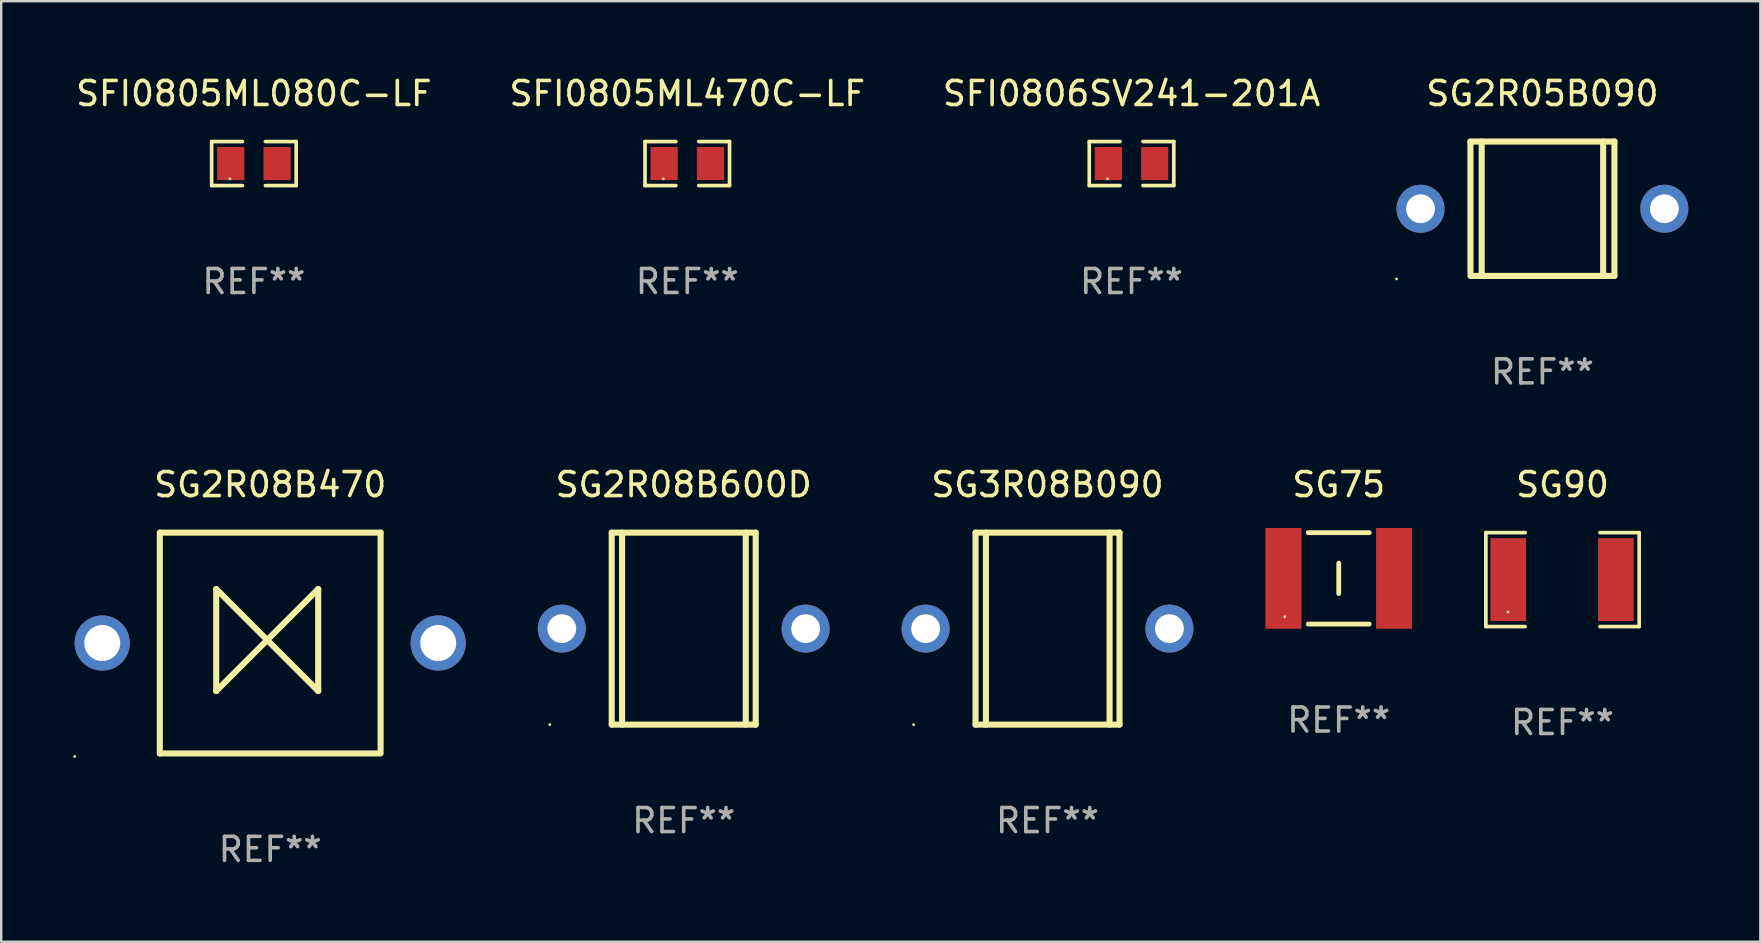
<source format=kicad_pcb>
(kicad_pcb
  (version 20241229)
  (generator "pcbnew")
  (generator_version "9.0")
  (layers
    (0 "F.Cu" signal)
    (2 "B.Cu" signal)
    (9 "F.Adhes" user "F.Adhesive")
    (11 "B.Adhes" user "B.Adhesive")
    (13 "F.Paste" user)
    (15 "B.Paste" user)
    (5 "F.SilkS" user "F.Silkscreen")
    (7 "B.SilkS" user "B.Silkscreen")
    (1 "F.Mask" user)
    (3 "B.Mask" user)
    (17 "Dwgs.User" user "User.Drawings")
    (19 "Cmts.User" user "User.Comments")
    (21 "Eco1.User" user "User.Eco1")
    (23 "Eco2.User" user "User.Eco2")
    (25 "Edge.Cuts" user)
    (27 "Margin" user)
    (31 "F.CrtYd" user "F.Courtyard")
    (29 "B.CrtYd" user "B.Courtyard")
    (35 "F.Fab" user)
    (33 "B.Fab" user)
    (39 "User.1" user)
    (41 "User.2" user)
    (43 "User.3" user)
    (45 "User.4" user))
  (footprint "SG75"
    (layer "F.Cu")
    (at 52.735 21.05)
    (property "Reference" "SG75" (at 0 -3.905 0) (layer "F.SilkS") (effects (font (size 1 1) (thickness 0.15))))
    (attr through_hole)
    (fp_line (start -1.27 -1.905) (end 1.27 -1.905) (stroke (width 0.2) (type solid)) (layer "F.SilkS"))
    (fp_line (start -1.27 1.905) (end 1.27 1.905) (stroke (width 0.2) (type solid)) (layer "F.SilkS"))
    (fp_line (start 0.000051 -0.635) (end 0.000051 0.635) (stroke (width 0.2) (type solid)) (layer "F.SilkS"))
    (fp_circle (center -2.25 1.6) (end -2.22 1.6) (stroke (width 0.06) (type solid)) (fill no) (layer "F.SilkS"))
    (fp_text user "REF**" (at 0 5.905 0) (layer "F.Fab") (effects (font (size 1 1) (thickness 0.15))))
    (pad "1" smd rect (at -2.305 0) (size 1.5 4.2) (layers "F.Cu" "F.Mask" "F.Paste"))
    (pad "2" smd rect (at 2.305 0) (size 1.5 4.2) (layers "F.Cu" "F.Mask" "F.Paste")))
  (footprint "SFI0805ML080C-LF"
    (layer "F.Cu")
    (at 7.53 3.765)
    (property "Reference" "SFI0805ML080C-LF" (at 0 -2.917 0) (layer "F.SilkS") (effects (font (size 1 1) (thickness 0.15))))
    (attr through_hole)
    (fp_line (start -1.761 -0.917) (end -0.476 -0.917) (stroke (width 0.152) (type solid)) (layer "F.SilkS"))
    (fp_line (start -1.761 0.917) (end -1.761 -0.917) (stroke (width 0.152) (type solid)) (layer "F.SilkS"))
    (fp_line (start -0.476 0.917) (end -1.761 0.917) (stroke (width 0.152) (type solid)) (layer "F.SilkS"))
    (fp_line (start 0.476 0.917) (end 1.761 0.917) (stroke (width 0.152) (type solid)) (layer "F.SilkS"))
    (fp_line (start 1.761 -0.917) (end 0.476 -0.917) (stroke (width 0.152) (type solid)) (layer "F.SilkS"))
    (fp_line (start 1.761 0.917) (end 1.761 -0.917) (stroke (width 0.152) (type solid)) (layer "F.SilkS"))
    (fp_circle (center -1 0.638) (end -0.97 0.638) (stroke (width 0.06) (type solid)) (fill no) (layer "F.SilkS"))
    (fp_text user "REF**" (at 0 4.917 0) (layer "F.Fab") (effects (font (size 1 1) (thickness 0.15))))
    (pad "1" smd rect (at -0.966 0) (size 1.133 1.377) (layers "F.Cu" "F.Mask" "F.Paste"))
    (pad "2" smd rect (at 0.966 0) (size 1.133 1.377) (layers "F.Cu" "F.Mask" "F.Paste")))
  (footprint "SG2R05B090"
    (layer "F.Cu")
    (at 61.223 5.648)
    (property "Reference" "SG2R05B090" (at 0 -4.8 0) (layer "F.SilkS") (effects (font (size 1 1) (thickness 0.15))))
    (attr through_hole)
    (fp_line (start -3 -2.8) (end -3 2.667) (stroke (width 0.254) (type solid)) (layer "F.SilkS"))
    (fp_line (start -3 -2.8) (end 3 -2.8) (stroke (width 0.254) (type solid)) (layer "F.SilkS"))
    (fp_line (start -3 2.8) (end 3 2.8) (stroke (width 0.254) (type solid)) (layer "F.SilkS"))
    (fp_line (start -2.531 -2.8) (end -2.531 2.8) (stroke (width 0.254) (type solid)) (layer "F.SilkS"))
    (fp_line (start 2.531 -2.8) (end 2.531 2.8) (stroke (width 0.254) (type solid)) (layer "F.SilkS"))
    (fp_line (start 3 -2.8) (end 3 2.8) (stroke (width 0.254) (type solid)) (layer "F.SilkS"))
    (fp_circle (center -6.08 2.927) (end -6.05 2.927) (stroke (width 0.06) (type solid)) (fill no) (layer "F.SilkS"))
    (fp_text user "REF**" (at 0 6.8 0) (layer "F.Fab") (effects (font (size 1 1) (thickness 0.15))))
    (pad "1" thru_hole circle (at -5.08 0) (size 2 2) (drill 1.2) (layers "*.Cu" "*.Mask"))
    (pad "2" thru_hole circle (at 5.08 0) (size 2 2) (drill 1.2) (layers "*.Cu" "*.Mask")))
  (footprint "SG2R08B600D"
    (layer "F.Cu")
    (at 25.44 23.145)
    (property "Reference" "SG2R08B600D" (at 0 -6 0) (layer "F.SilkS") (effects (font (size 1 1) (thickness 0.15))))
    (attr through_hole)
    (fp_line (start -3 -4) (end -3 4) (stroke (width 0.254) (type solid)) (layer "F.SilkS"))
    (fp_line (start -3 -4) (end 3 -4) (stroke (width 0.254) (type solid)) (layer "F.SilkS"))
    (fp_line (start -3 4) (end 3 4) (stroke (width 0.254) (type solid)) (layer "F.SilkS"))
    (fp_line (start -2.567 -4) (end -2.567 4) (stroke (width 0.254) (type solid)) (layer "F.SilkS"))
    (fp_line (start 2.586 -4) (end 2.586 4) (stroke (width 0.254) (type solid)) (layer "F.SilkS"))
    (fp_line (start 3 -4) (end 3 4) (stroke (width 0.254) (type solid)) (layer "F.SilkS"))
    (fp_circle (center -5.58 4) (end -5.55 4) (stroke (width 0.06) (type solid)) (fill no) (layer "F.SilkS"))
    (fp_text user "REF**" (at 0 8 0) (layer "F.Fab") (effects (font (size 1 1) (thickness 0.15))))
    (pad "1" thru_hole circle (at -5.08 0) (size 2 2) (drill 1.2) (layers "*.Cu" "*.Mask"))
    (pad "2" thru_hole circle (at 5.08 0) (size 2 2) (drill 1.2) (layers "*.Cu" "*.Mask")))
  (footprint "SFI0806SV241-201A"
    (layer "F.Cu")
    (at 44.101 3.765)
    (property "Reference" "SFI0806SV241-201A" (at 0 -2.917 0) (layer "F.SilkS") (effects (font (size 1 1) (thickness 0.15))))
    (attr through_hole)
    (fp_line (start -1.761 -0.917) (end -0.476 -0.917) (stroke (width 0.152) (type solid)) (layer "F.SilkS"))
    (fp_line (start -1.761 0.917) (end -1.761 -0.917) (stroke (width 0.152) (type solid)) (layer "F.SilkS"))
    (fp_line (start -0.476 0.917) (end -1.761 0.917) (stroke (width 0.152) (type solid)) (layer "F.SilkS"))
    (fp_line (start 0.476 0.917) (end 1.761 0.917) (stroke (width 0.152) (type solid)) (layer "F.SilkS"))
    (fp_line (start 1.761 -0.917) (end 0.476 -0.917) (stroke (width 0.152) (type solid)) (layer "F.SilkS"))
    (fp_line (start 1.761 0.917) (end 1.761 -0.917) (stroke (width 0.152) (type solid)) (layer "F.SilkS"))
    (fp_circle (center -1 0.638) (end -0.97 0.638) (stroke (width 0.06) (type solid)) (fill no) (layer "F.SilkS"))
    (fp_text user "REF**" (at 0 4.917 0) (layer "F.Fab") (effects (font (size 1 1) (thickness 0.15))))
    (pad "1" smd rect (at -0.966 0) (size 1.133 1.377) (layers "F.Cu" "F.Mask" "F.Paste"))
    (pad "2" smd rect (at 0.966 0) (size 1.133 1.377) (layers "F.Cu" "F.Mask" "F.Paste")))
  (footprint "SG3R08B090"
    (layer "F.Cu")
    (at 40.6 23.145)
    (property "Reference" "SG3R08B090" (at 0 -6 0) (layer "F.SilkS") (effects (font (size 1 1) (thickness 0.15))))
    (attr through_hole)
    (fp_line (start -3 -4) (end -3 4) (stroke (width 0.254) (type solid)) (layer "F.SilkS"))
    (fp_line (start -3 -4) (end 3 -4) (stroke (width 0.254) (type solid)) (layer "F.SilkS"))
    (fp_line (start -3 4) (end 3 4) (stroke (width 0.254) (type solid)) (layer "F.SilkS"))
    (fp_line (start -2.567 -4) (end -2.567 4) (stroke (width 0.254) (type solid)) (layer "F.SilkS"))
    (fp_line (start 2.586 -4) (end 2.586 4) (stroke (width 0.254) (type solid)) (layer "F.SilkS"))
    (fp_line (start 3 -4) (end 3 4) (stroke (width 0.254) (type solid)) (layer "F.SilkS"))
    (fp_circle (center -5.58 4) (end -5.55 4) (stroke (width 0.06) (type solid)) (fill no) (layer "F.SilkS"))
    (fp_text user "REF**" (at 0 8 0) (layer "F.Fab") (effects (font (size 1 1) (thickness 0.15))))
    (pad "1" thru_hole circle (at -5.08 0) (size 2 2) (drill 1.2) (layers "*.Cu" "*.Mask"))
    (pad "2" thru_hole circle (at 5.08 0) (size 2 2) (drill 1.2) (layers "*.Cu" "*.Mask")))
  (footprint "SG90"
    (layer "F.Cu")
    (at 62.06 21.101)
    (property "Reference" "SG90" (at 0 -3.957 0) (layer "F.SilkS") (effects (font (size 1 1) (thickness 0.15))))
    (attr through_hole)
    (fp_line (start -3.194 -1.957) (end -3.194 1.957) (stroke (width 0.152) (type solid)) (layer "F.SilkS"))
    (fp_line (start -3.194 1.957) (end -1.557 1.957) (stroke (width 0.152) (type solid)) (layer "F.SilkS"))
    (fp_line (start -1.557 -1.957) (end -3.194 -1.957) (stroke (width 0.152) (type solid)) (layer "F.SilkS"))
    (fp_line (start 1.557 1.957) (end 3.194 1.957) (stroke (width 0.152) (type solid)) (layer "F.SilkS"))
    (fp_line (start 3.194 -1.957) (end 1.557 -1.957) (stroke (width 0.152) (type solid)) (layer "F.SilkS"))
    (fp_line (start 3.194 1.957) (end 3.194 -1.957) (stroke (width 0.152) (type solid)) (layer "F.SilkS"))
    (fp_circle (center -2.269 1.35) (end -2.239 1.35) (stroke (width 0.06) (type solid)) (fill no) (layer "F.SilkS"))
    (fp_text user "REF**" (at 0 5.957 0) (layer "F.Fab") (effects (font (size 1 1) (thickness 0.15))))
    (pad "1" smd rect (at -2.262 0) (size 1.485 3.456) (layers "F.Cu" "F.Mask" "F.Paste"))
    (pad "2" smd rect (at 2.223 0) (size 1.485 3.456) (layers "F.Cu" "F.Mask" "F.Paste")))
  (footprint "SFI0805ML470C-LF"
    (layer "F.Cu")
    (at 25.589 3.765)
    (property "Reference" "SFI0805ML470C-LF" (at 0 -2.917 0) (layer "F.SilkS") (effects (font (size 1 1) (thickness 0.15))))
    (attr through_hole)
    (fp_line (start -1.761 -0.917) (end -0.476 -0.917) (stroke (width 0.152) (type solid)) (layer "F.SilkS"))
    (fp_line (start -1.761 0.917) (end -1.761 -0.917) (stroke (width 0.152) (type solid)) (layer "F.SilkS"))
    (fp_line (start -0.476 0.917) (end -1.761 0.917) (stroke (width 0.152) (type solid)) (layer "F.SilkS"))
    (fp_line (start 0.476 0.917) (end 1.761 0.917) (stroke (width 0.152) (type solid)) (layer "F.SilkS"))
    (fp_line (start 1.761 -0.917) (end 0.476 -0.917) (stroke (width 0.152) (type solid)) (layer "F.SilkS"))
    (fp_line (start 1.761 0.917) (end 1.761 -0.917) (stroke (width 0.152) (type solid)) (layer "F.SilkS"))
    (fp_circle (center -1 0.638) (end -0.97 0.638) (stroke (width 0.06) (type solid)) (fill no) (layer "F.SilkS"))
    (fp_text user "REF**" (at 0 4.917 0) (layer "F.Fab") (effects (font (size 1 1) (thickness 0.15))))
    (pad "1" smd rect (at -0.966 0) (size 1.133 1.377) (layers "F.Cu" "F.Mask" "F.Paste"))
    (pad "2" smd rect (at 0.966 0) (size 1.133 1.377) (layers "F.Cu" "F.Mask" "F.Paste")))
  (footprint "SG2R08B470"
    (layer "F.Cu")
    (at 8.21 23.745)
    (property "Reference" "SG2R08B470" (at 0 -6.6 0) (layer "F.SilkS") (effects (font (size 1 1) (thickness 0.15))))
    (attr through_hole)
    (fp_line (start -4.6 -4.6) (end -4.6 4.6) (stroke (width 0.254) (type solid)) (layer "F.SilkS"))
    (fp_line (start -4.6 -4.6) (end 4.6 -4.6) (stroke (width 0.254) (type solid)) (layer "F.SilkS"))
    (fp_line (start -4.6 4.6) (end 4.6 4.6) (stroke (width 0.254) (type solid)) (layer "F.SilkS"))
    (fp_line (start -2.25 -2.25) (end -2.25 2) (stroke (width 0.254) (type solid)) (layer "F.SilkS"))
    (fp_line (start -2.25 2) (end 2 -2.25) (stroke (width 0.254) (type solid)) (layer "F.SilkS"))
    (fp_line (start 2 -2.25) (end 2 2) (stroke (width 0.254) (type solid)) (layer "F.SilkS"))
    (fp_line (start 2 2) (end -2.25 -2.25) (stroke (width 0.254) (type solid)) (layer "F.SilkS"))
    (fp_line (start 4.6 -4.6) (end 4.6 4.5) (stroke (width 0.254) (type solid)) (layer "F.SilkS"))
    (fp_circle (center -8.15 4.727) (end -8.12 4.727) (stroke (width 0.06) (type solid)) (fill no) (layer "F.SilkS"))
    (fp_text user "REF**" (at 0 8.6 0) (layer "F.Fab") (effects (font (size 1 1) (thickness 0.15))))
    (pad "1" thru_hole circle (at -7 0) (size 2.3 2.3) (drill 1.5) (layers "*.Cu" "*.Mask"))
    (pad "2" thru_hole circle (at 7 0) (size 2.3 2.3) (drill 1.5) (layers "*.Cu" "*.Mask")))
  (gr_rect
    (start -3 -3)
    (end 70.303 36.193)
    (stroke (width 0.1) (type default))
    (fill no)
    (layer "Edge.Cuts")))
</source>
